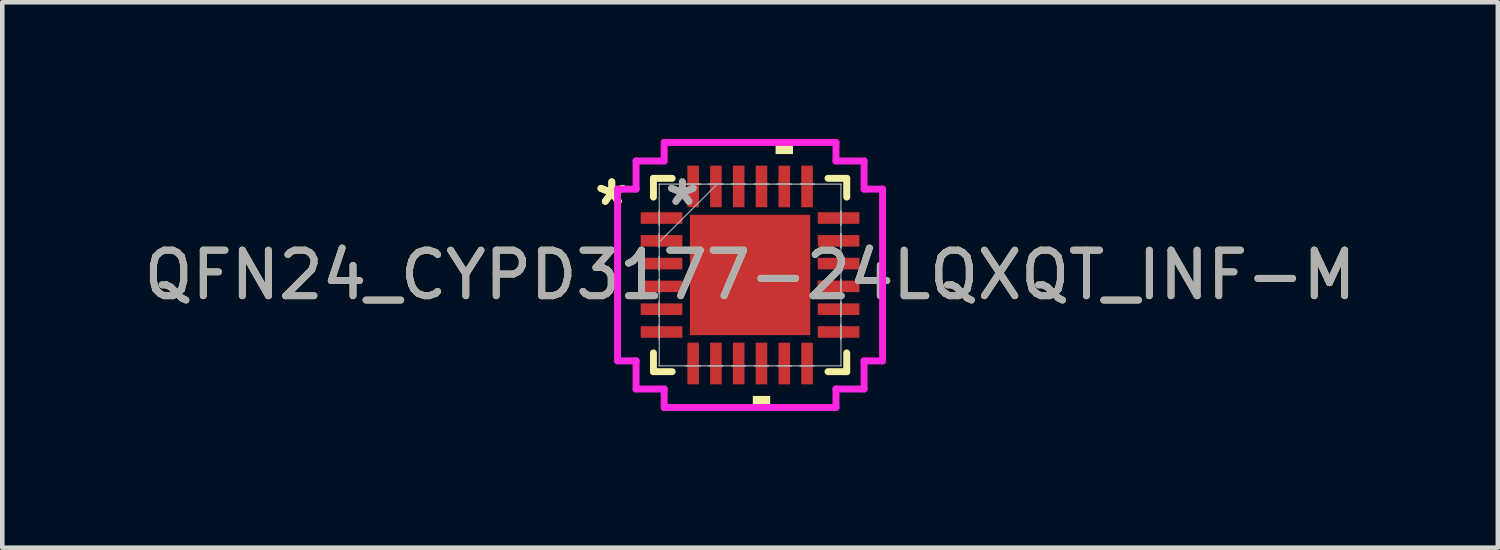
<source format=kicad_pcb>
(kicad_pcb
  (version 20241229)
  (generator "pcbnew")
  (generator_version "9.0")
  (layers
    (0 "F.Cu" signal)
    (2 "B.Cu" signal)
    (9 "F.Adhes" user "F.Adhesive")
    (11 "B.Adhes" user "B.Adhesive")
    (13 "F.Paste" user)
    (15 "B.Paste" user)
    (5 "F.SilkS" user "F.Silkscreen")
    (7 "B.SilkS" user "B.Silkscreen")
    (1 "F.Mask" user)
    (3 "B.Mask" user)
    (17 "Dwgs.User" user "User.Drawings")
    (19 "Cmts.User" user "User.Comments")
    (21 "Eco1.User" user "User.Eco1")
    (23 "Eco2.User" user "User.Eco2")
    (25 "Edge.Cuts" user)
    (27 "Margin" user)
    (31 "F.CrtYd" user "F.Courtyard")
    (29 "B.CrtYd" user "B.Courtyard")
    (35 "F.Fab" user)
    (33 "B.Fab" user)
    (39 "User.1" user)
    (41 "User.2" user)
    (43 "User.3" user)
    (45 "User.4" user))
  (footprint "QFN24_CYPD3177-24LQXQT_INF-M"
    (layer "F.Cu")
    (at 13.411 2.985)
    (property "Reference" "QFN24_CYPD3177-24LQXQT_INF-M" (at 0 0 0) (unlocked yes) (layer "F.SilkS") (effects (font (size 1 1) (thickness 0.15))))
    (attr smd)
    (fp_line (start -2.121 -2.121) (end -2.121 -1.71) (stroke (width 0.152) (type solid)) (layer "F.SilkS"))
    (fp_line (start -2.121 1.71) (end -2.121 2.121) (stroke (width 0.152) (type solid)) (layer "F.SilkS"))
    (fp_line (start -2.121 2.121) (end -1.71 2.121) (stroke (width 0.152) (type solid)) (layer "F.SilkS"))
    (fp_line (start -1.71 -2.121) (end -2.121 -2.121) (stroke (width 0.152) (type solid)) (layer "F.SilkS"))
    (fp_line (start 1.71 2.121) (end 2.121 2.121) (stroke (width 0.152) (type solid)) (layer "F.SilkS"))
    (fp_line (start 2.121 -2.121) (end 1.71 -2.121) (stroke (width 0.152) (type solid)) (layer "F.SilkS"))
    (fp_line (start 2.121 -1.71) (end 2.121 -2.121) (stroke (width 0.152) (type solid)) (layer "F.SilkS"))
    (fp_line (start 2.121 2.121) (end 2.121 1.71) (stroke (width 0.152) (type solid)) (layer "F.SilkS"))
    (fp_poly (pts (xy 0.059 2.654) (xy 0.059 2.908) (xy 0.441 2.908) (xy 0.441 2.654)) (stroke (width 0) (type solid)) (fill yes) (layer "F.SilkS"))
    (fp_poly (pts (xy 0.56 -2.654) (xy 0.56 -2.908) (xy 0.941 -2.908) (xy 0.941 -2.654)) (stroke (width 0) (type solid)) (fill yes) (layer "F.SilkS"))
    (fp_poly (pts (xy -1.221 -1.221) (xy -1.221 -0.1) (xy -0.1 -0.1) (xy -0.1 -1.221)) (stroke (width 0) (type solid)) (fill yes) (layer "F.Paste"))
    (fp_poly (pts (xy -1.221 0.1) (xy -1.221 1.221) (xy -0.1 1.221) (xy -0.1 0.1)) (stroke (width 0) (type solid)) (fill yes) (layer "F.Paste"))
    (fp_poly (pts (xy 0.1 -1.221) (xy 0.1 -0.1) (xy 1.221 -0.1) (xy 1.221 -1.221)) (stroke (width 0) (type solid)) (fill yes) (layer "F.Paste"))
    (fp_poly (pts (xy 0.1 0.1) (xy 0.1 1.221) (xy 1.221 1.221) (xy 1.221 0.1)) (stroke (width 0) (type solid)) (fill yes) (layer "F.Paste"))
    (fp_line (start -2.908 -1.885) (end -2.502 -1.885) (stroke (width 0.152) (type solid)) (layer "F.CrtYd"))
    (fp_line (start -2.908 1.885) (end -2.908 -1.885) (stroke (width 0.152) (type solid)) (layer "F.CrtYd"))
    (fp_line (start -2.502 -2.502) (end -1.885 -2.502) (stroke (width 0.152) (type solid)) (layer "F.CrtYd"))
    (fp_line (start -2.502 -1.885) (end -2.502 -2.502) (stroke (width 0.152) (type solid)) (layer "F.CrtYd"))
    (fp_line (start -2.502 1.885) (end -2.908 1.885) (stroke (width 0.152) (type solid)) (layer "F.CrtYd"))
    (fp_line (start -2.502 2.502) (end -2.502 1.885) (stroke (width 0.152) (type solid)) (layer "F.CrtYd"))
    (fp_line (start -1.885 -2.908) (end 1.885 -2.908) (stroke (width 0.152) (type solid)) (layer "F.CrtYd"))
    (fp_line (start -1.885 -2.502) (end -1.885 -2.908) (stroke (width 0.152) (type solid)) (layer "F.CrtYd"))
    (fp_line (start -1.885 2.502) (end -2.502 2.502) (stroke (width 0.152) (type solid)) (layer "F.CrtYd"))
    (fp_line (start -1.885 2.908) (end -1.885 2.502) (stroke (width 0.152) (type solid)) (layer "F.CrtYd"))
    (fp_line (start 1.885 -2.908) (end 1.885 -2.502) (stroke (width 0.152) (type solid)) (layer "F.CrtYd"))
    (fp_line (start 1.885 -2.502) (end 2.502 -2.502) (stroke (width 0.152) (type solid)) (layer "F.CrtYd"))
    (fp_line (start 1.885 2.502) (end 1.885 2.908) (stroke (width 0.152) (type solid)) (layer "F.CrtYd"))
    (fp_line (start 1.885 2.908) (end -1.885 2.908) (stroke (width 0.152) (type solid)) (layer "F.CrtYd"))
    (fp_line (start 2.502 -2.502) (end 2.502 -1.885) (stroke (width 0.152) (type solid)) (layer "F.CrtYd"))
    (fp_line (start 2.502 -1.885) (end 2.908 -1.885) (stroke (width 0.152) (type solid)) (layer "F.CrtYd"))
    (fp_line (start 2.502 1.885) (end 2.502 2.502) (stroke (width 0.152) (type solid)) (layer "F.CrtYd"))
    (fp_line (start 2.502 2.502) (end 1.885 2.502) (stroke (width 0.152) (type solid)) (layer "F.CrtYd"))
    (fp_line (start 2.908 -1.885) (end 2.908 1.885) (stroke (width 0.152) (type solid)) (layer "F.CrtYd"))
    (fp_line (start 2.908 1.885) (end 2.502 1.885) (stroke (width 0.152) (type solid)) (layer "F.CrtYd"))
    (fp_line (start -1.994 -1.994) (end -1.994 -1.994) (stroke (width 0.025) (type solid)) (layer "F.Fab"))
    (fp_line (start -1.994 -1.994) (end -1.994 1.994) (stroke (width 0.025) (type solid)) (layer "F.Fab"))
    (fp_line (start -1.994 -1.402) (end -1.994 -1.402) (stroke (width 0.025) (type solid)) (layer "F.Fab"))
    (fp_line (start -1.994 -1.402) (end -1.994 -1.098) (stroke (width 0.025) (type solid)) (layer "F.Fab"))
    (fp_line (start -1.994 -1.098) (end -1.994 -1.402) (stroke (width 0.025) (type solid)) (layer "F.Fab"))
    (fp_line (start -1.994 -1.098) (end -1.994 -1.098) (stroke (width 0.025) (type solid)) (layer "F.Fab"))
    (fp_line (start -1.994 -0.902) (end -1.994 -0.902) (stroke (width 0.025) (type solid)) (layer "F.Fab"))
    (fp_line (start -1.994 -0.902) (end -1.994 -0.598) (stroke (width 0.025) (type solid)) (layer "F.Fab"))
    (fp_line (start -1.994 -0.724) (end -0.724 -1.994) (stroke (width 0.025) (type solid)) (layer "F.Fab"))
    (fp_line (start -1.994 -0.598) (end -1.994 -0.902) (stroke (width 0.025) (type solid)) (layer "F.Fab"))
    (fp_line (start -1.994 -0.598) (end -1.994 -0.598) (stroke (width 0.025) (type solid)) (layer "F.Fab"))
    (fp_line (start -1.994 -0.402) (end -1.994 -0.402) (stroke (width 0.025) (type solid)) (layer "F.Fab"))
    (fp_line (start -1.994 -0.402) (end -1.994 -0.098) (stroke (width 0.025) (type solid)) (layer "F.Fab"))
    (fp_line (start -1.994 -0.098) (end -1.994 -0.402) (stroke (width 0.025) (type solid)) (layer "F.Fab"))
    (fp_line (start -1.994 -0.098) (end -1.994 -0.098) (stroke (width 0.025) (type solid)) (layer "F.Fab"))
    (fp_line (start -1.994 0.098) (end -1.994 0.098) (stroke (width 0.025) (type solid)) (layer "F.Fab"))
    (fp_line (start -1.994 0.098) (end -1.994 0.402) (stroke (width 0.025) (type solid)) (layer "F.Fab"))
    (fp_line (start -1.994 0.402) (end -1.994 0.098) (stroke (width 0.025) (type solid)) (layer "F.Fab"))
    (fp_line (start -1.994 0.402) (end -1.994 0.402) (stroke (width 0.025) (type solid)) (layer "F.Fab"))
    (fp_line (start -1.994 0.598) (end -1.994 0.598) (stroke (width 0.025) (type solid)) (layer "F.Fab"))
    (fp_line (start -1.994 0.598) (end -1.994 0.902) (stroke (width 0.025) (type solid)) (layer "F.Fab"))
    (fp_line (start -1.994 0.902) (end -1.994 0.598) (stroke (width 0.025) (type solid)) (layer "F.Fab"))
    (fp_line (start -1.994 0.902) (end -1.994 0.902) (stroke (width 0.025) (type solid)) (layer "F.Fab"))
    (fp_line (start -1.994 1.098) (end -1.994 1.098) (stroke (width 0.025) (type solid)) (layer "F.Fab"))
    (fp_line (start -1.994 1.098) (end -1.994 1.402) (stroke (width 0.025) (type solid)) (layer "F.Fab"))
    (fp_line (start -1.994 1.402) (end -1.994 1.098) (stroke (width 0.025) (type solid)) (layer "F.Fab"))
    (fp_line (start -1.994 1.402) (end -1.994 1.402) (stroke (width 0.025) (type solid)) (layer "F.Fab"))
    (fp_line (start -1.994 1.994) (end -1.994 1.994) (stroke (width 0.025) (type solid)) (layer "F.Fab"))
    (fp_line (start -1.994 1.994) (end 1.994 1.994) (stroke (width 0.025) (type solid)) (layer "F.Fab"))
    (fp_line (start -1.402 -1.994) (end -1.402 -1.994) (stroke (width 0.025) (type solid)) (layer "F.Fab"))
    (fp_line (start -1.402 -1.994) (end -1.098 -1.994) (stroke (width 0.025) (type solid)) (layer "F.Fab"))
    (fp_line (start -1.402 1.994) (end -1.402 1.994) (stroke (width 0.025) (type solid)) (layer "F.Fab"))
    (fp_line (start -1.402 1.994) (end -1.098 1.994) (stroke (width 0.025) (type solid)) (layer "F.Fab"))
    (fp_line (start -1.098 -1.994) (end -1.402 -1.994) (stroke (width 0.025) (type solid)) (layer "F.Fab"))
    (fp_line (start -1.098 -1.994) (end -1.098 -1.994) (stroke (width 0.025) (type solid)) (layer "F.Fab"))
    (fp_line (start -1.098 1.994) (end -1.402 1.994) (stroke (width 0.025) (type solid)) (layer "F.Fab"))
    (fp_line (start -1.098 1.994) (end -1.098 1.994) (stroke (width 0.025) (type solid)) (layer "F.Fab"))
    (fp_line (start -0.902 -1.994) (end -0.902 -1.994) (stroke (width 0.025) (type solid)) (layer "F.Fab"))
    (fp_line (start -0.902 -1.994) (end -0.598 -1.994) (stroke (width 0.025) (type solid)) (layer "F.Fab"))
    (fp_line (start -0.902 1.994) (end -0.902 1.994) (stroke (width 0.025) (type solid)) (layer "F.Fab"))
    (fp_line (start -0.902 1.994) (end -0.598 1.994) (stroke (width 0.025) (type solid)) (layer "F.Fab"))
    (fp_line (start -0.598 -1.994) (end -0.902 -1.994) (stroke (width 0.025) (type solid)) (layer "F.Fab"))
    (fp_line (start -0.598 -1.994) (end -0.598 -1.994) (stroke (width 0.025) (type solid)) (layer "F.Fab"))
    (fp_line (start -0.598 1.994) (end -0.902 1.994) (stroke (width 0.025) (type solid)) (layer "F.Fab"))
    (fp_line (start -0.598 1.994) (end -0.598 1.994) (stroke (width 0.025) (type solid)) (layer "F.Fab"))
    (fp_line (start -0.402 -1.994) (end -0.402 -1.994) (stroke (width 0.025) (type solid)) (layer "F.Fab"))
    (fp_line (start -0.402 -1.994) (end -0.098 -1.994) (stroke (width 0.025) (type solid)) (layer "F.Fab"))
    (fp_line (start -0.402 1.994) (end -0.402 1.994) (stroke (width 0.025) (type solid)) (layer "F.Fab"))
    (fp_line (start -0.402 1.994) (end -0.098 1.994) (stroke (width 0.025) (type solid)) (layer "F.Fab"))
    (fp_line (start -0.098 -1.994) (end -0.402 -1.994) (stroke (width 0.025) (type solid)) (layer "F.Fab"))
    (fp_line (start -0.098 -1.994) (end -0.098 -1.994) (stroke (width 0.025) (type solid)) (layer "F.Fab"))
    (fp_line (start -0.098 1.994) (end -0.402 1.994) (stroke (width 0.025) (type solid)) (layer "F.Fab"))
    (fp_line (start -0.098 1.994) (end -0.098 1.994) (stroke (width 0.025) (type solid)) (layer "F.Fab"))
    (fp_line (start 0.098 -1.994) (end 0.098 -1.994) (stroke (width 0.025) (type solid)) (layer "F.Fab"))
    (fp_line (start 0.098 -1.994) (end 0.402 -1.994) (stroke (width 0.025) (type solid)) (layer "F.Fab"))
    (fp_line (start 0.098 1.994) (end 0.098 1.994) (stroke (width 0.025) (type solid)) (layer "F.Fab"))
    (fp_line (start 0.098 1.994) (end 0.402 1.994) (stroke (width 0.025) (type solid)) (layer "F.Fab"))
    (fp_line (start 0.402 -1.994) (end 0.098 -1.994) (stroke (width 0.025) (type solid)) (layer "F.Fab"))
    (fp_line (start 0.402 -1.994) (end 0.402 -1.994) (stroke (width 0.025) (type solid)) (layer "F.Fab"))
    (fp_line (start 0.402 1.994) (end 0.098 1.994) (stroke (width 0.025) (type solid)) (layer "F.Fab"))
    (fp_line (start 0.402 1.994) (end 0.402 1.994) (stroke (width 0.025) (type solid)) (layer "F.Fab"))
    (fp_line (start 0.598 -1.994) (end 0.598 -1.994) (stroke (width 0.025) (type solid)) (layer "F.Fab"))
    (fp_line (start 0.598 -1.994) (end 0.902 -1.994) (stroke (width 0.025) (type solid)) (layer "F.Fab"))
    (fp_line (start 0.598 1.994) (end 0.598 1.994) (stroke (width 0.025) (type solid)) (layer "F.Fab"))
    (fp_line (start 0.598 1.994) (end 0.902 1.994) (stroke (width 0.025) (type solid)) (layer "F.Fab"))
    (fp_line (start 0.902 -1.994) (end 0.598 -1.994) (stroke (width 0.025) (type solid)) (layer "F.Fab"))
    (fp_line (start 0.902 -1.994) (end 0.902 -1.994) (stroke (width 0.025) (type solid)) (layer "F.Fab"))
    (fp_line (start 0.902 1.994) (end 0.598 1.994) (stroke (width 0.025) (type solid)) (layer "F.Fab"))
    (fp_line (start 0.902 1.994) (end 0.902 1.994) (stroke (width 0.025) (type solid)) (layer "F.Fab"))
    (fp_line (start 1.098 -1.994) (end 1.098 -1.994) (stroke (width 0.025) (type solid)) (layer "F.Fab"))
    (fp_line (start 1.098 -1.994) (end 1.402 -1.994) (stroke (width 0.025) (type solid)) (layer "F.Fab"))
    (fp_line (start 1.098 1.994) (end 1.098 1.994) (stroke (width 0.025) (type solid)) (layer "F.Fab"))
    (fp_line (start 1.098 1.994) (end 1.402 1.994) (stroke (width 0.025) (type solid)) (layer "F.Fab"))
    (fp_line (start 1.402 -1.994) (end 1.098 -1.994) (stroke (width 0.025) (type solid)) (layer "F.Fab"))
    (fp_line (start 1.402 -1.994) (end 1.402 -1.994) (stroke (width 0.025) (type solid)) (layer "F.Fab"))
    (fp_line (start 1.402 1.994) (end 1.098 1.994) (stroke (width 0.025) (type solid)) (layer "F.Fab"))
    (fp_line (start 1.402 1.994) (end 1.402 1.994) (stroke (width 0.025) (type solid)) (layer "F.Fab"))
    (fp_line (start 1.994 -1.994) (end -1.994 -1.994) (stroke (width 0.025) (type solid)) (layer "F.Fab"))
    (fp_line (start 1.994 -1.994) (end 1.994 -1.994) (stroke (width 0.025) (type solid)) (layer "F.Fab"))
    (fp_line (start 1.994 -1.402) (end 1.994 -1.402) (stroke (width 0.025) (type solid)) (layer "F.Fab"))
    (fp_line (start 1.994 -1.402) (end 1.994 -1.098) (stroke (width 0.025) (type solid)) (layer "F.Fab"))
    (fp_line (start 1.994 -1.098) (end 1.994 -1.402) (stroke (width 0.025) (type solid)) (layer "F.Fab"))
    (fp_line (start 1.994 -1.098) (end 1.994 -1.098) (stroke (width 0.025) (type solid)) (layer "F.Fab"))
    (fp_line (start 1.994 -0.902) (end 1.994 -0.902) (stroke (width 0.025) (type solid)) (layer "F.Fab"))
    (fp_line (start 1.994 -0.902) (end 1.994 -0.598) (stroke (width 0.025) (type solid)) (layer "F.Fab"))
    (fp_line (start 1.994 -0.598) (end 1.994 -0.902) (stroke (width 0.025) (type solid)) (layer "F.Fab"))
    (fp_line (start 1.994 -0.598) (end 1.994 -0.598) (stroke (width 0.025) (type solid)) (layer "F.Fab"))
    (fp_line (start 1.994 -0.402) (end 1.994 -0.402) (stroke (width 0.025) (type solid)) (layer "F.Fab"))
    (fp_line (start 1.994 -0.402) (end 1.994 -0.098) (stroke (width 0.025) (type solid)) (layer "F.Fab"))
    (fp_line (start 1.994 -0.098) (end 1.994 -0.402) (stroke (width 0.025) (type solid)) (layer "F.Fab"))
    (fp_line (start 1.994 -0.098) (end 1.994 -0.098) (stroke (width 0.025) (type solid)) (layer "F.Fab"))
    (fp_line (start 1.994 0.098) (end 1.994 0.098) (stroke (width 0.025) (type solid)) (layer "F.Fab"))
    (fp_line (start 1.994 0.098) (end 1.994 0.402) (stroke (width 0.025) (type solid)) (layer "F.Fab"))
    (fp_line (start 1.994 0.402) (end 1.994 0.098) (stroke (width 0.025) (type solid)) (layer "F.Fab"))
    (fp_line (start 1.994 0.402) (end 1.994 0.402) (stroke (width 0.025) (type solid)) (layer "F.Fab"))
    (fp_line (start 1.994 0.598) (end 1.994 0.598) (stroke (width 0.025) (type solid)) (layer "F.Fab"))
    (fp_line (start 1.994 0.598) (end 1.994 0.902) (stroke (width 0.025) (type solid)) (layer "F.Fab"))
    (fp_line (start 1.994 0.902) (end 1.994 0.598) (stroke (width 0.025) (type solid)) (layer "F.Fab"))
    (fp_line (start 1.994 0.902) (end 1.994 0.902) (stroke (width 0.025) (type solid)) (layer "F.Fab"))
    (fp_line (start 1.994 1.098) (end 1.994 1.098) (stroke (width 0.025) (type solid)) (layer "F.Fab"))
    (fp_line (start 1.994 1.098) (end 1.994 1.402) (stroke (width 0.025) (type solid)) (layer "F.Fab"))
    (fp_line (start 1.994 1.402) (end 1.994 1.098) (stroke (width 0.025) (type solid)) (layer "F.Fab"))
    (fp_line (start 1.994 1.402) (end 1.994 1.402) (stroke (width 0.025) (type solid)) (layer "F.Fab"))
    (fp_line (start 1.994 1.994) (end 1.994 -1.994) (stroke (width 0.025) (type solid)) (layer "F.Fab"))
    (fp_line (start 1.994 1.994) (end 1.994 1.994) (stroke (width 0.025) (type solid)) (layer "F.Fab"))
    (fp_text user "*" (at -3.035 -1.5 0) (unlocked yes) (layer "F.SilkS") (effects (font (size 1 1) (thickness 0.15))))
    (fp_text user "*" (at -3.035 -1.5 0) (layer "F.SilkS") (effects (font (size 1 1) (thickness 0.15))))
    (fp_text user "${REFERENCE}" (at 0 0 0) (unlocked yes) (layer "F.Fab") (effects (font (size 1 1) (thickness 0.15))))
    (fp_text user "*" (at -1.486 -1.5 0) (unlocked yes) (layer "F.Fab") (effects (font (size 1 1) (thickness 0.15))))
    (fp_text user "*" (at -1.486 -1.5 0) (layer "F.Fab") (effects (font (size 1 1) (thickness 0.15))))
    (pad "1" smd rect (at -1.943 -1.25 90) (size 0.254 0.914) (layers "F.Cu" "F.Mask" "F.Paste"))
    (pad "2" smd rect (at -1.943 -0.75 90) (size 0.254 0.914) (layers "F.Cu" "F.Mask" "F.Paste"))
    (pad "3" smd rect (at -1.943 -0.25 90) (size 0.254 0.914) (layers "F.Cu" "F.Mask" "F.Paste"))
    (pad "4" smd rect (at -1.943 0.25 90) (size 0.254 0.914) (layers "F.Cu" "F.Mask" "F.Paste"))
    (pad "5" smd rect (at -1.943 0.75 90) (size 0.254 0.914) (layers "F.Cu" "F.Mask" "F.Paste"))
    (pad "6" smd rect (at -1.943 1.25 90) (size 0.254 0.914) (layers "F.Cu" "F.Mask" "F.Paste"))
    (pad "7" smd rect (at -1.25 1.943) (size 0.254 0.914) (layers "F.Cu" "F.Mask" "F.Paste"))
    (pad "8" smd rect (at -0.75 1.943) (size 0.254 0.914) (layers "F.Cu" "F.Mask" "F.Paste"))
    (pad "9" smd rect (at -0.25 1.943) (size 0.254 0.914) (layers "F.Cu" "F.Mask" "F.Paste"))
    (pad "10" smd rect (at 0.25 1.943) (size 0.254 0.914) (layers "F.Cu" "F.Mask" "F.Paste"))
    (pad "11" smd rect (at 0.75 1.943) (size 0.254 0.914) (layers "F.Cu" "F.Mask" "F.Paste"))
    (pad "12" smd rect (at 1.25 1.943) (size 0.254 0.914) (layers "F.Cu" "F.Mask" "F.Paste"))
    (pad "13" smd rect (at 1.943 1.25 90) (size 0.254 0.914) (layers "F.Cu" "F.Mask" "F.Paste"))
    (pad "14" smd rect (at 1.943 0.75 90) (size 0.254 0.914) (layers "F.Cu" "F.Mask" "F.Paste"))
    (pad "15" smd rect (at 1.943 0.25 90) (size 0.254 0.914) (layers "F.Cu" "F.Mask" "F.Paste"))
    (pad "16" smd rect (at 1.943 -0.25 90) (size 0.254 0.914) (layers "F.Cu" "F.Mask" "F.Paste"))
    (pad "17" smd rect (at 1.943 -0.75 90) (size 0.254 0.914) (layers "F.Cu" "F.Mask" "F.Paste"))
    (pad "18" smd rect (at 1.943 -1.25 90) (size 0.254 0.914) (layers "F.Cu" "F.Mask" "F.Paste"))
    (pad "19" smd rect (at 1.25 -1.943) (size 0.254 0.914) (layers "F.Cu" "F.Mask" "F.Paste"))
    (pad "20" smd rect (at 0.75 -1.943) (size 0.254 0.914) (layers "F.Cu" "F.Mask" "F.Paste"))
    (pad "21" smd rect (at 0.25 -1.943) (size 0.254 0.914) (layers "F.Cu" "F.Mask" "F.Paste"))
    (pad "22" smd rect (at -0.25 -1.943) (size 0.254 0.914) (layers "F.Cu" "F.Mask" "F.Paste"))
    (pad "23" smd rect (at -0.75 -1.943) (size 0.254 0.914) (layers "F.Cu" "F.Mask" "F.Paste"))
    (pad "24" smd rect (at -1.25 -1.943) (size 0.254 0.914) (layers "F.Cu" "F.Mask" "F.Paste"))
    (pad "25" smd rect (at 0 0) (size 2.642 2.642) (layers "F.Cu" "F.Mask" "F.Paste")))
  (gr_rect
    (start -3 -3)
    (end 29.821 8.969)
    (stroke (width 0.1) (type default))
    (fill no)
    (layer "Edge.Cuts")))
</source>
